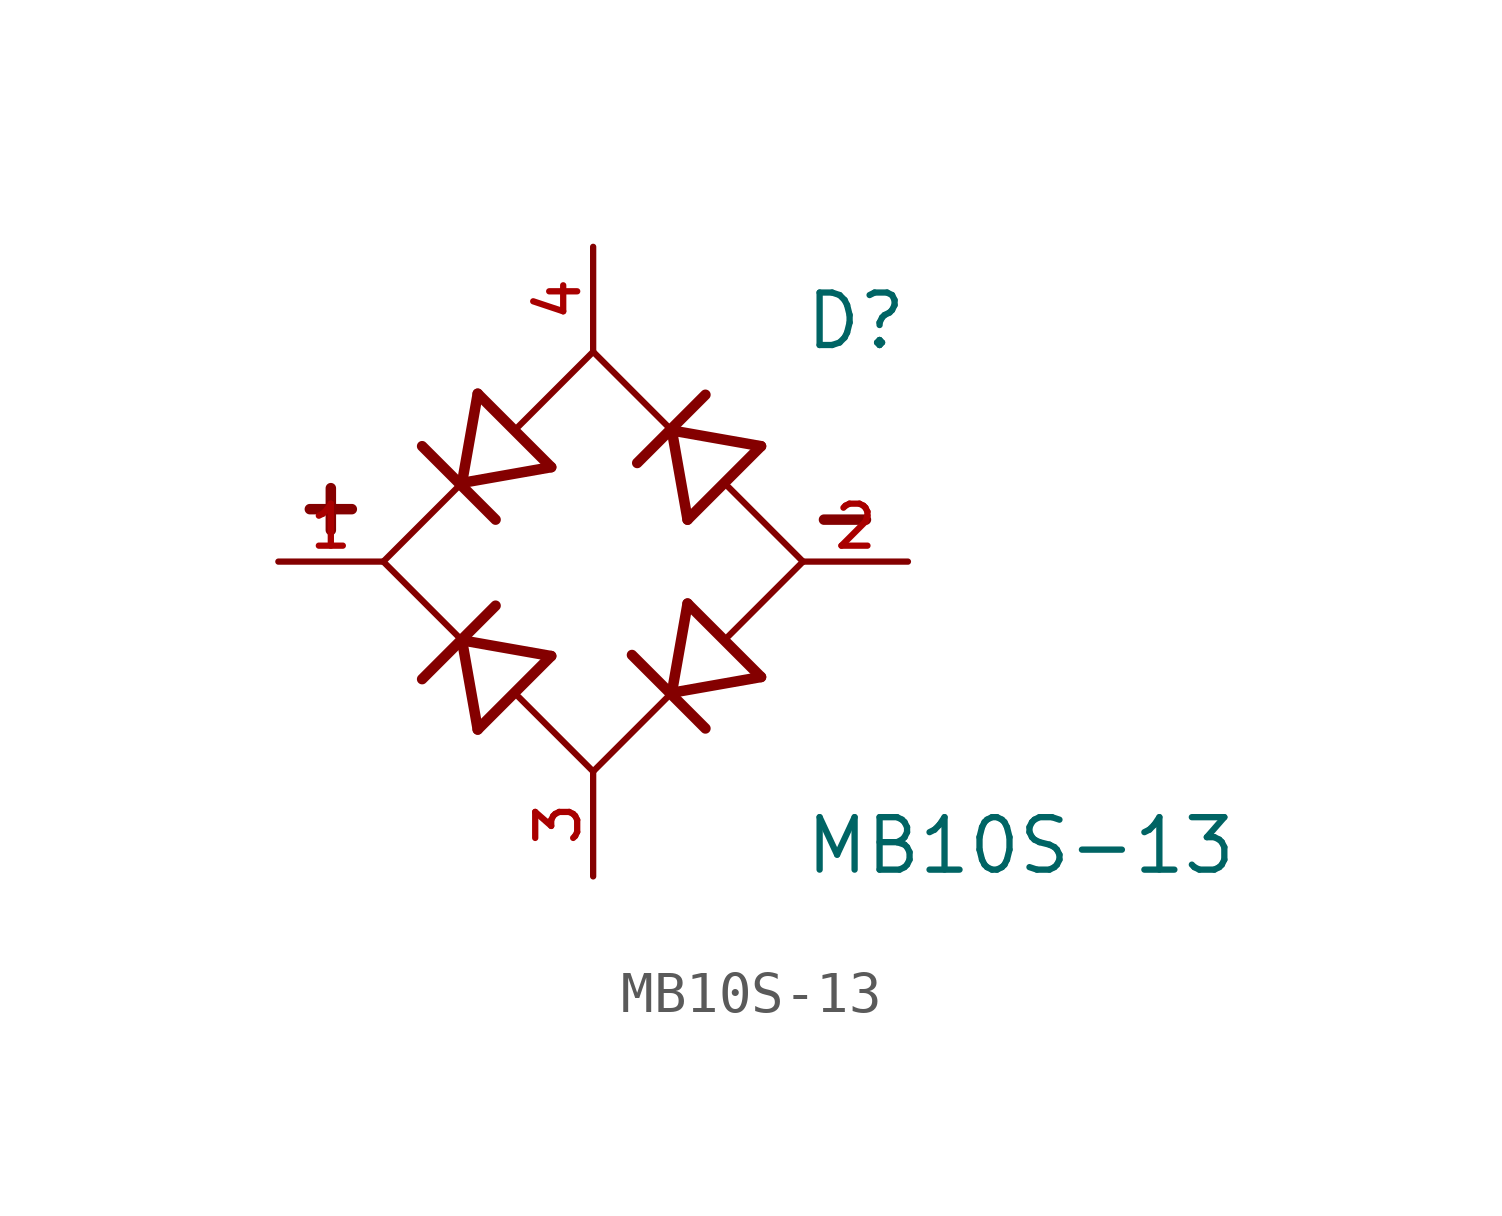
<source format=kicad_sym>
(kicad_symbol_lib
  (version 20211014)
  (generator kicad_symbol_editor)
  (symbol "MB10S-13"
    (pin_names
      (offset 1.016))
    (property "Reference" "D"
      (at 5.08 5.08 0)
      (effects (font (size 1.27 1.27)) (justify bottom left)))
    (property "Value" "MB10S-13"
      (at 5.08 -7.62 0)
      (effects (font (size 1.27 1.27)) (justify bottom left)))
    (symbol "MB10S-13_0_0"
      (polyline (pts (xy 1.905 -3.175) (xy 4.064 -2.794)) (stroke (width 0.254)))
      (polyline (pts (xy 1.905 -3.175) (xy 2.286 -1.016)) (stroke (width 0.254)))
      (polyline (pts (xy 2.718 -4.039) (xy 0.94 -2.261)) (stroke (width 0.254)))
      (polyline (pts (xy 1.905 3.175) (xy 4.064 2.794)) (stroke (width 0.254)))
      (polyline (pts (xy 1.905 3.175) (xy 2.286 1.016)) (stroke (width 0.254)))
      (polyline (pts (xy 2.718 4.039) (xy 1.067 2.388)) (stroke (width 0.254)))
      (polyline (pts (xy -3.175 1.905) (xy -2.794 4.064)) (stroke (width 0.254)))
      (polyline (pts (xy -3.175 1.905) (xy -1.016 2.286)) (stroke (width 0.254)))
      (polyline (pts (xy -2.362 1.016) (xy -4.14 2.794)) (stroke (width 0.254)))
      (polyline (pts (xy -3.175 -1.905) (xy -2.794 -4.064)) (stroke (width 0.254)))
      (polyline (pts (xy -3.175 -1.905) (xy -1.016 -2.286)) (stroke (width 0.254)))
      (polyline (pts (xy -2.362 -1.067) (xy -4.14 -2.845)) (stroke (width 0.254)))
      (polyline (pts (xy -5.08 0.0) (xy -3.175 -1.905)) (stroke (width 0.152)))
      (polyline (pts (xy 0.0 -5.08) (xy 1.905 -3.175)) (stroke (width 0.152)))
      (polyline (pts (xy 3.277 -1.803) (xy 5.08 0.0)) (stroke (width 0.152)))
      (polyline (pts (xy 4.064 -2.794) (xy 2.286 -1.016)) (stroke (width 0.254)))
      (polyline (pts (xy 5.08 0.0) (xy 3.277 1.803)) (stroke (width 0.152)))
      (polyline (pts (xy 4.064 2.794) (xy 2.286 1.016)) (stroke (width 0.254)))
      (polyline (pts (xy 1.905 3.175) (xy 0.0 5.08)) (stroke (width 0.152)))
      (polyline (pts (xy 0.0 5.08) (xy -1.803 3.277)) (stroke (width 0.152)))
      (polyline (pts (xy -1.016 2.286) (xy -2.794 4.064)) (stroke (width 0.254)))
      (polyline (pts (xy -3.175 1.905) (xy -5.08 0.0)) (stroke (width 0.152)))
      (polyline (pts (xy 0.0 -5.08) (xy -1.803 -3.277)) (stroke (width 0.152)))
      (polyline (pts (xy -1.016 -2.286) (xy -2.794 -4.064)) (stroke (width 0.254)))
      (polyline (pts (xy 5.588 1.016) (xy 6.604 1.016)) (stroke (width 0.254)))
      (polyline (pts (xy -6.858 1.27) (xy -5.842 1.27)) (stroke (width 0.254)))
      (polyline (pts (xy -6.35 0.762) (xy -6.35 1.778)) (stroke (width 0.254)))
      (pin passive line (at 0.0 7.62 270.0) (length 2.54) (name "~" (effects (font (size 1.016 1.016)))) (number "4" (effects (font (size 1.016 1.016)))))
      (pin passive line (at -7.62 0.0 0) (length 2.54) (name "~" (effects (font (size 1.016 1.016)))) (number "1" (effects (font (size 1.016 1.016)))))
      (pin passive line (at 0.0 -7.62 90.0) (length 2.54) (name "~" (effects (font (size 1.016 1.016)))) (number "3" (effects (font (size 1.016 1.016)))))
      (pin passive line (at 7.62 0.0 180.0) (length 2.54) (name "~" (effects (font (size 1.016 1.016)))) (number "2" (effects (font (size 1.016 1.016))))))))
</source>
